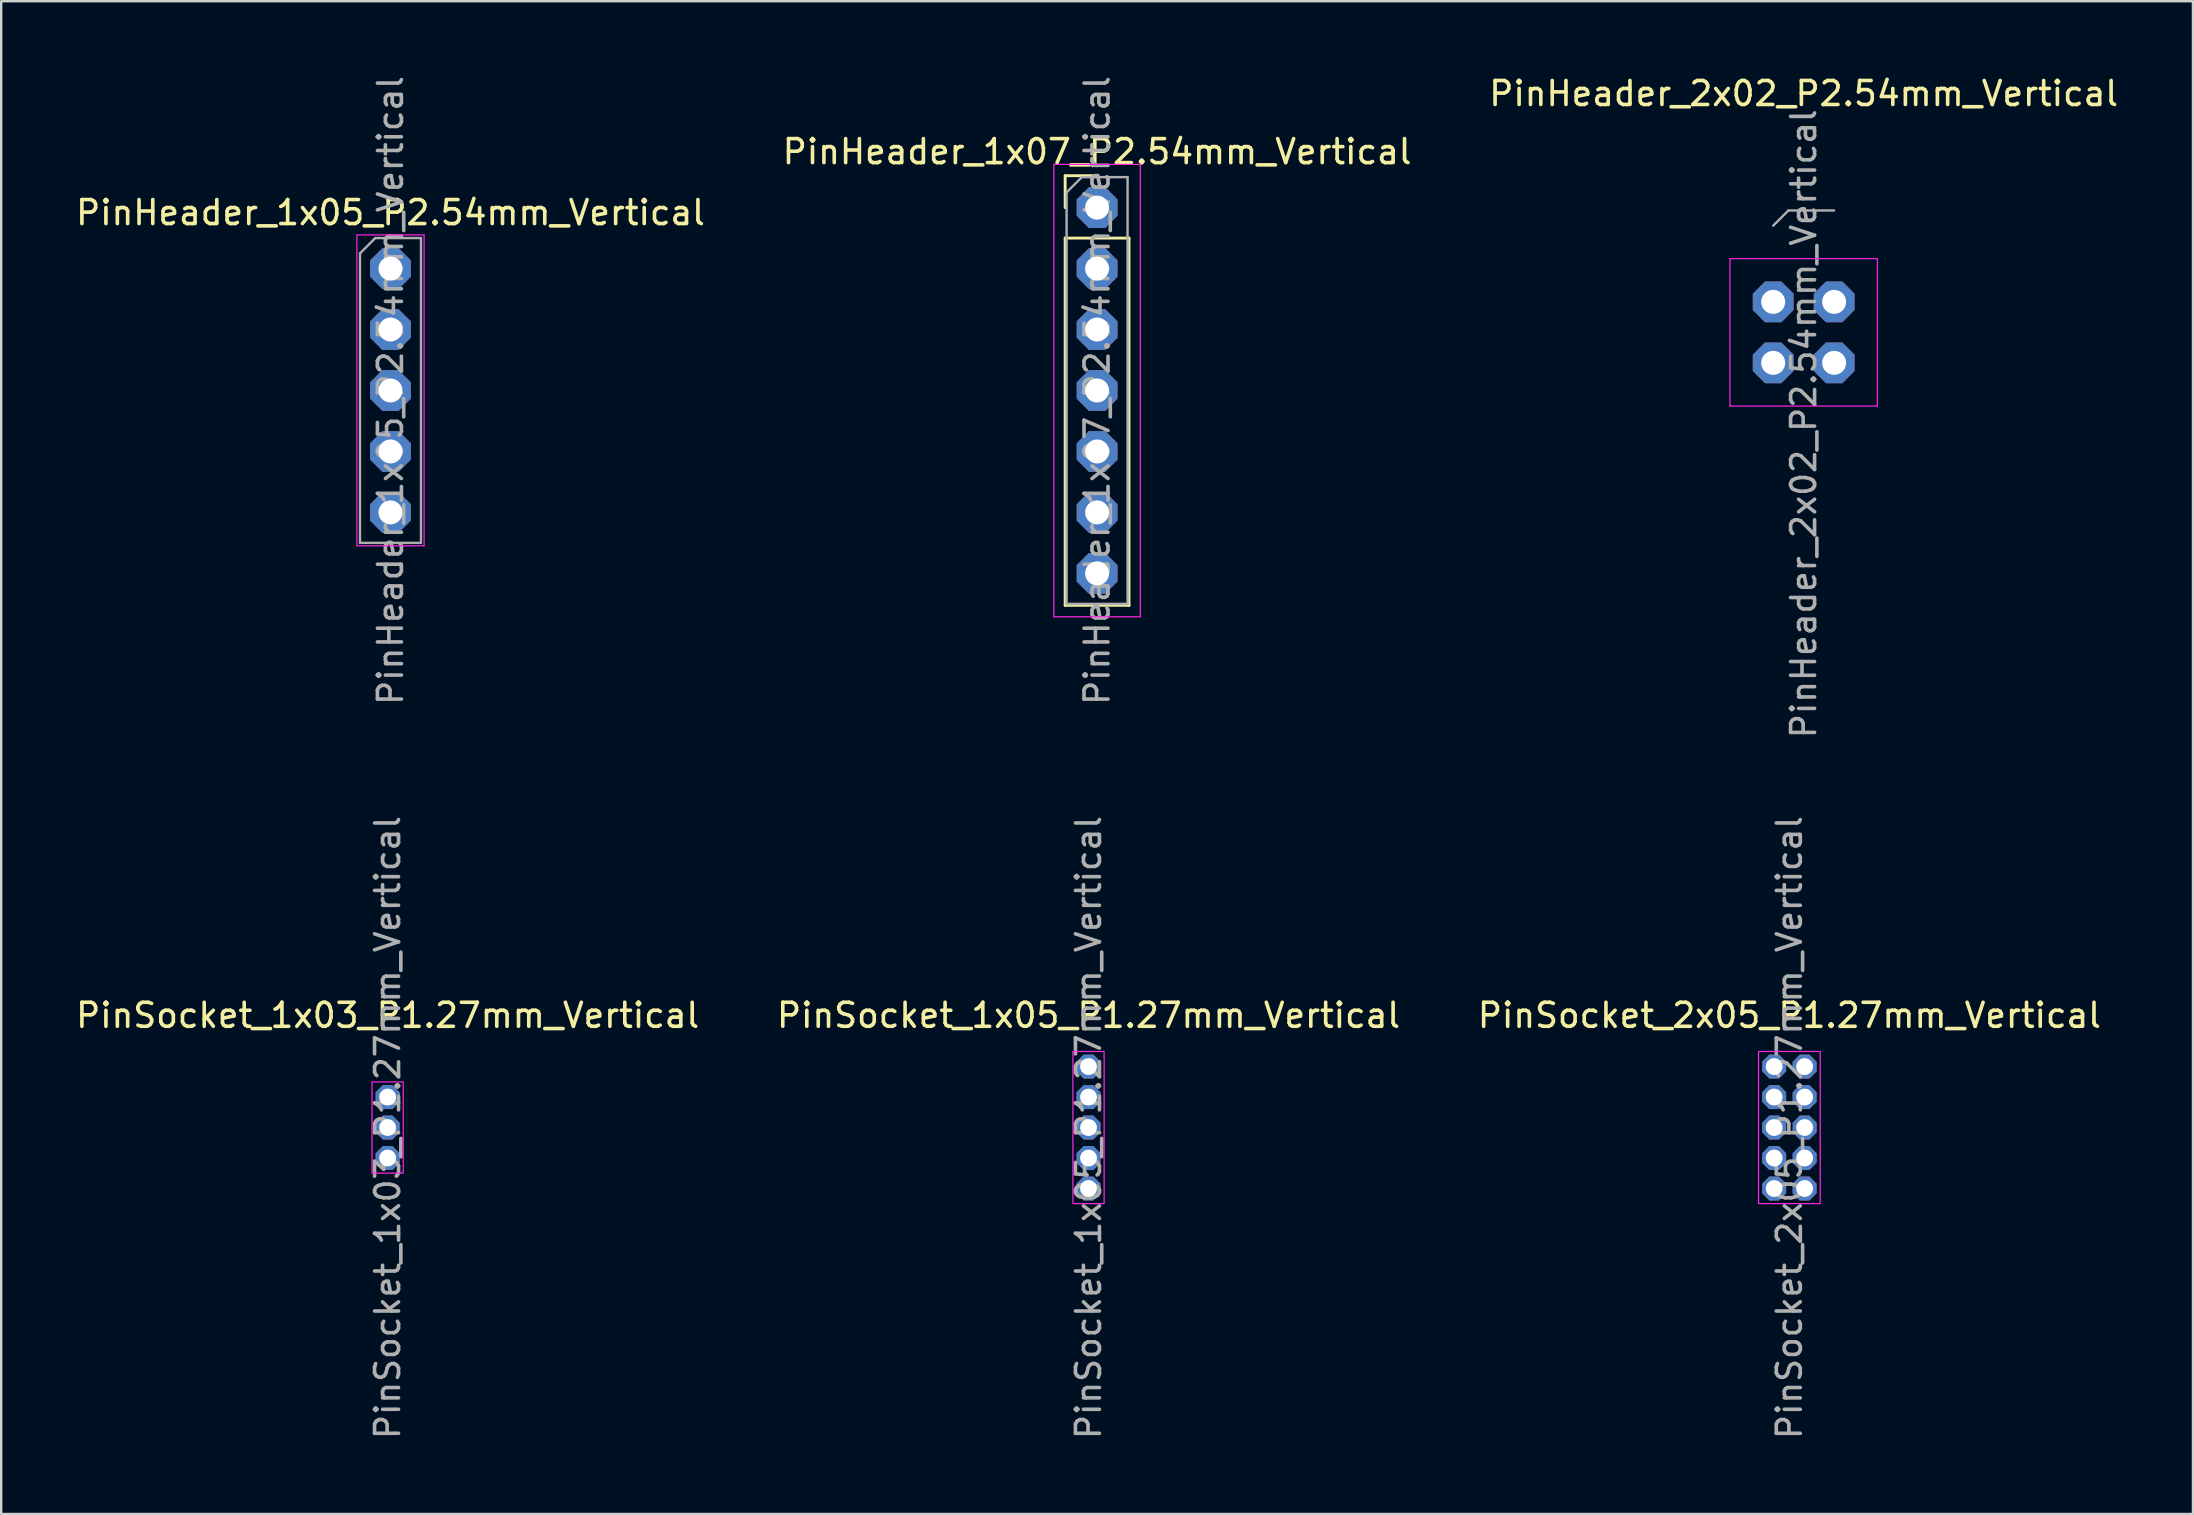
<source format=kicad_pcb>
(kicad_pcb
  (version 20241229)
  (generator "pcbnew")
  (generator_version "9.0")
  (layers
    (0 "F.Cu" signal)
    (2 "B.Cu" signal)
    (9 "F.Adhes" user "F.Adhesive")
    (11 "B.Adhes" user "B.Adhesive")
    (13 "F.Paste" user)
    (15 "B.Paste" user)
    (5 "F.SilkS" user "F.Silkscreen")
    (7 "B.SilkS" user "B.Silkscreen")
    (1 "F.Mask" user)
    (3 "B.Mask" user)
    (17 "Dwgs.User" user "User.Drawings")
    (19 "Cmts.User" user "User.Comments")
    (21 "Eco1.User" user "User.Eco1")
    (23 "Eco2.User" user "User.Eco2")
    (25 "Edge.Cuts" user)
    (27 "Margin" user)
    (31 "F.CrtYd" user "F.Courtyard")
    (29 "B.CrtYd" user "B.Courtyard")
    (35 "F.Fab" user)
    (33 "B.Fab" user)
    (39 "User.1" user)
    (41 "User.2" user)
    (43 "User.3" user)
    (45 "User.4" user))
  (footprint "PinSocket_2x05_P1.27mm_Vertical"
    (layer "F.Cu")
    (at 71.506 43.93)
    (property "Reference" "PinSocket_2x05_P1.27mm_Vertical" (at 0 -4.675 0) (layer "F.SilkS") (effects (font (size 1 1) (thickness 0.15))))
    (attr through_hole)
    (fp_rect (start -1.285 -3.17) (end 1.285 3.17) (stroke (width 0.05) (type default)) (fill no) (layer "F.CrtYd"))
    (fp_text user "${REFERENCE}" (at 0 0 90) (layer "F.Fab") (effects (font (size 1 1) (thickness 0.15))))
    (pad "1" thru_hole roundrect (at -0.635 -2.54) (size 1 1) (drill 0.7) (layers "*.Cu" "*.Mask") (roundrect_rratio 0) (chamfer_ratio 0.3) (chamfer top_left top_right bottom_left bottom_right))
    (pad "2" thru_hole roundrect (at -0.635 -1.27) (size 1 1) (drill 0.7) (layers "*.Cu" "*.Mask") (roundrect_rratio 0) (chamfer_ratio 0.3) (chamfer top_left top_right bottom_left bottom_right))
    (pad "3" thru_hole roundrect (at -0.635 0) (size 1 1) (drill 0.7) (layers "*.Cu" "*.Mask") (roundrect_rratio 0) (chamfer_ratio 0.3) (chamfer top_left top_right bottom_left bottom_right))
    (pad "4" thru_hole roundrect (at -0.635 1.27) (size 1 1) (drill 0.7) (layers "*.Cu" "*.Mask") (roundrect_rratio 0) (chamfer_ratio 0.3) (chamfer top_left top_right bottom_left bottom_right))
    (pad "5" thru_hole roundrect (at -0.635 2.54) (size 1 1) (drill 0.7) (layers "*.Cu" "*.Mask") (roundrect_rratio 0) (chamfer_ratio 0.3) (chamfer top_left top_right bottom_left bottom_right))
    (pad "6" thru_hole roundrect (at 0.635 -2.54) (size 1 1) (drill 0.7) (layers "*.Cu" "*.Mask") (roundrect_rratio 0) (chamfer_ratio 0.3) (chamfer top_left top_right bottom_left bottom_right))
    (pad "7" thru_hole roundrect (at 0.635 -1.27) (size 1 1) (drill 0.7) (layers "*.Cu" "*.Mask") (roundrect_rratio 0) (chamfer_ratio 0.3) (chamfer top_left top_right bottom_left bottom_right))
    (pad "8" thru_hole roundrect (at 0.635 0) (size 1 1) (drill 0.7) (layers "*.Cu" "*.Mask") (roundrect_rratio 0) (chamfer_ratio 0.3) (chamfer top_left top_right bottom_left bottom_right))
    (pad "9" thru_hole roundrect (at 0.635 1.27) (size 1 1) (drill 0.7) (layers "*.Cu" "*.Mask") (roundrect_rratio 0) (chamfer_ratio 0.3) (chamfer top_left top_right bottom_left bottom_right))
    (pad "10" thru_hole roundrect (at 0.635 2.54) (size 1 1) (drill 0.7) (layers "*.Cu" "*.Mask") (roundrect_rratio 0) (chamfer_ratio 0.3) (chamfer top_left top_right bottom_left bottom_right)))
  (footprint "PinSocket_1x03_P1.27mm_Vertical"
    (layer "F.Cu")
    (at 13.101 43.93)
    (property "Reference" "PinSocket_1x03_P1.27mm_Vertical" (at 0 -4.675 0) (layer "F.SilkS") (effects (font (size 1 1) (thickness 0.15))))
    (attr through_hole)
    (fp_rect (start -0.65 -1.9) (end 0.65 1.9) (stroke (width 0.05) (type default)) (fill no) (layer "F.CrtYd"))
    (fp_text user "${REFERENCE}" (at 0 0 90) (layer "F.Fab") (effects (font (size 1 1) (thickness 0.15))))
    (pad "1" thru_hole roundrect (at 0 -1.27) (size 1 1) (drill 0.7) (layers "*.Cu" "*.Mask") (roundrect_rratio 0) (chamfer_ratio 0.3) (chamfer top_left top_right bottom_left bottom_right))
    (pad "2" thru_hole roundrect (at 0 0) (size 1 1) (drill 0.7) (layers "*.Cu" "*.Mask") (roundrect_rratio 0) (chamfer_ratio 0.3) (chamfer top_left top_right bottom_left bottom_right))
    (pad "3" thru_hole roundrect (at 0 1.27) (size 1 1) (drill 0.7) (layers "*.Cu" "*.Mask") (roundrect_rratio 0) (chamfer_ratio 0.3) (chamfer top_left top_right bottom_left bottom_right)))
  (footprint "PinSocket_1x05_P1.27mm_Vertical"
    (layer "F.Cu")
    (at 42.304 43.93)
    (property "Reference" "PinSocket_1x05_P1.27mm_Vertical" (at 0 -4.675 0) (layer "F.SilkS") (effects (font (size 1 1) (thickness 0.15))))
    (attr through_hole)
    (fp_rect (start -0.65 -3.17) (end 0.65 3.17) (stroke (width 0.05) (type default)) (fill no) (layer "F.CrtYd"))
    (fp_text user "${REFERENCE}" (at 0 0 90) (layer "F.Fab") (effects (font (size 1 1) (thickness 0.15))))
    (pad "1" thru_hole roundrect (at 0 -2.54) (size 1 1) (drill 0.7) (layers "*.Cu" "*.Mask") (roundrect_rratio 0) (chamfer_ratio 0.3) (chamfer top_left top_right bottom_left bottom_right))
    (pad "2" thru_hole roundrect (at 0 -1.27) (size 1 1) (drill 0.7) (layers "*.Cu" "*.Mask") (roundrect_rratio 0) (chamfer_ratio 0.3) (chamfer top_left top_right bottom_left bottom_right))
    (pad "3" thru_hole roundrect (at 0 0) (size 1 1) (drill 0.7) (layers "*.Cu" "*.Mask") (roundrect_rratio 0) (chamfer_ratio 0.3) (chamfer top_left top_right bottom_left bottom_right))
    (pad "4" thru_hole roundrect (at 0 1.27) (size 1 1) (drill 0.7) (layers "*.Cu" "*.Mask") (roundrect_rratio 0) (chamfer_ratio 0.3) (chamfer top_left top_right bottom_left bottom_right))
    (pad "5" thru_hole roundrect (at 0 2.54) (size 1 1) (drill 0.7) (layers "*.Cu" "*.Mask") (roundrect_rratio 0) (chamfer_ratio 0.3) (chamfer top_left top_right bottom_left bottom_right)))
  (footprint "PinHeader_2x02_P2.54mm_Vertical"
    (layer "F.Cu")
    (at 72.101 10.798)
    (property "Reference" "PinHeader_2x02_P2.54mm_Vertical" (at 0 -9.95 0) (layer "F.SilkS") (effects (font (size 1 1) (thickness 0.15))))
    (attr through_hole)
    (fp_line (start -3.07 -3.07) (end -3.07 3.07) (stroke (width 0.05) (type solid)) (layer "F.CrtYd"))
    (fp_line (start 3.07 -3.07) (end -3.07 -3.07) (stroke (width 0.05) (type solid)) (layer "F.CrtYd"))
    (fp_line (start 3.07 3.07) (end -3.07 3.07) (stroke (width 0.05) (type solid)) (layer "F.CrtYd"))
    (fp_line (start 3.07 3.07) (end 3.07 -3.07) (stroke (width 0.05) (type solid)) (layer "F.CrtYd"))
    (fp_line (start -1.27 -4.445) (end -0.635 -5.08) (stroke (width 0.1) (type solid)) (layer "F.Fab"))
    (fp_line (start -0.635 -5.08) (end 1.27 -5.08) (stroke (width 0.1) (type solid)) (layer "F.Fab"))
    (fp_text user "${REFERENCE}" (at 0 3.81 90) (layer "F.Fab") (effects (font (size 1 1) (thickness 0.15))))
    (pad "1" thru_hole roundrect (at -1.27 -1.27) (size 1.7 1.7) (drill 1) (layers "*.Cu" "*.Mask") (roundrect_rratio 0) (chamfer_ratio 0.3) (chamfer top_left top_right bottom_left bottom_right))
    (pad "2" thru_hole roundrect (at 1.27 -1.27) (size 1.7 1.7) (drill 1) (layers "*.Cu" "*.Mask") (roundrect_rratio 0) (chamfer_ratio 0.3) (chamfer top_left top_right bottom_left bottom_right))
    (pad "3" thru_hole roundrect (at -1.27 1.27) (size 1.7 1.7) (drill 1) (layers "*.Cu" "*.Mask") (roundrect_rratio 0) (chamfer_ratio 0.3) (chamfer top_left top_right bottom_left bottom_right))
    (pad "4" thru_hole roundrect (at 1.27 1.27) (size 1.7 1.7) (drill 1) (layers "*.Cu" "*.Mask") (roundrect_rratio 0) (chamfer_ratio 0.3) (chamfer top_left top_right bottom_left bottom_right)))
  (footprint "PinHeader_1x05_P2.54mm_Vertical"
    (layer "F.Cu")
    (at 13.22 13.22)
    (property "Reference" "PinHeader_1x05_P2.54mm_Vertical" (at 0 -7.41 0) (layer "F.SilkS") (effects (font (size 1 1) (thickness 0.15))))
    (attr through_hole)
    (fp_line (start -1.4 -6.48) (end -1.4 6.47) (stroke (width 0.05) (type solid)) (layer "F.CrtYd"))
    (fp_line (start -1.4 6.47) (end 1.4 6.47) (stroke (width 0.05) (type solid)) (layer "F.CrtYd"))
    (fp_line (start 1.4 -6.48) (end -1.4 -6.48) (stroke (width 0.05) (type solid)) (layer "F.CrtYd"))
    (fp_line (start 1.4 6.47) (end 1.4 -6.48) (stroke (width 0.05) (type solid)) (layer "F.CrtYd"))
    (fp_line (start -1.27 -5.715) (end -0.635 -6.35) (stroke (width 0.1) (type solid)) (layer "F.Fab"))
    (fp_line (start -1.27 6.35) (end -1.27 -5.715) (stroke (width 0.1) (type solid)) (layer "F.Fab"))
    (fp_line (start -0.635 -6.35) (end 1.27 -6.35) (stroke (width 0.1) (type solid)) (layer "F.Fab"))
    (fp_line (start 1.27 -6.35) (end 1.27 6.35) (stroke (width 0.1) (type solid)) (layer "F.Fab"))
    (fp_line (start 1.27 6.35) (end -1.27 6.35) (stroke (width 0.1) (type solid)) (layer "F.Fab"))
    (fp_text user "${REFERENCE}" (at 0 0 90) (layer "F.Fab") (effects (font (size 1 1) (thickness 0.15))))
    (pad "1" thru_hole roundrect (at 0 -5.08) (size 1.7 1.7) (drill 1) (layers "*.Cu" "*.Mask") (roundrect_rratio 0) (chamfer_ratio 0.3) (chamfer top_left top_right bottom_left bottom_right))
    (pad "2" thru_hole roundrect (at 0 -2.54) (size 1.7 1.7) (drill 1) (layers "*.Cu" "*.Mask") (roundrect_rratio 0) (chamfer_ratio 0.3) (chamfer top_left top_right bottom_left bottom_right))
    (pad "3" thru_hole roundrect (at 0 0) (size 1.7 1.7) (drill 1) (layers "*.Cu" "*.Mask") (roundrect_rratio 0) (chamfer_ratio 0.3) (chamfer top_left top_right bottom_left bottom_right))
    (pad "4" thru_hole roundrect (at 0 2.54) (size 1.7 1.7) (drill 1) (layers "*.Cu" "*.Mask") (roundrect_rratio 0) (chamfer_ratio 0.3) (chamfer top_left top_right bottom_left bottom_right))
    (pad "5" thru_hole roundrect (at 0 5.08) (size 1.7 1.7) (drill 1) (layers "*.Cu" "*.Mask") (roundrect_rratio 0) (chamfer_ratio 0.3) (chamfer top_left top_right bottom_left bottom_right)))
  (footprint "PinHeader_1x07_P2.54mm_Vertical"
    (layer "F.Cu")
    (at 42.661 13.22)
    (property "Reference" "PinHeader_1x07_P2.54mm_Vertical" (at 0 -9.95 0) (layer "F.SilkS") (effects (font (size 1 1) (thickness 0.15))))
    (attr through_hole)
    (fp_line (start -1.33 -8.95) (end 0 -8.95) (stroke (width 0.12) (type solid)) (layer "F.SilkS"))
    (fp_line (start -1.33 -7.62) (end -1.33 -8.95) (stroke (width 0.12) (type solid)) (layer "F.SilkS"))
    (fp_line (start -1.33 -6.35) (end -1.33 8.95) (stroke (width 0.12) (type solid)) (layer "F.SilkS"))
    (fp_line (start -1.33 -6.35) (end 1.33 -6.35) (stroke (width 0.12) (type solid)) (layer "F.SilkS"))
    (fp_line (start -1.33 8.95) (end 1.33 8.95) (stroke (width 0.12) (type solid)) (layer "F.SilkS"))
    (fp_line (start 1.33 -6.35) (end 1.33 8.95) (stroke (width 0.12) (type solid)) (layer "F.SilkS"))
    (fp_line (start -1.8 -9.42) (end -1.8 9.43) (stroke (width 0.05) (type solid)) (layer "F.CrtYd"))
    (fp_line (start -1.8 9.43) (end 1.8 9.43) (stroke (width 0.05) (type solid)) (layer "F.CrtYd"))
    (fp_line (start 1.8 -9.42) (end -1.8 -9.42) (stroke (width 0.05) (type solid)) (layer "F.CrtYd"))
    (fp_line (start 1.8 9.43) (end 1.8 -9.42) (stroke (width 0.05) (type solid)) (layer "F.CrtYd"))
    (fp_line (start -1.27 -8.255) (end -0.635 -8.89) (stroke (width 0.1) (type solid)) (layer "F.Fab"))
    (fp_line (start -1.27 8.89) (end -1.27 -8.255) (stroke (width 0.1) (type solid)) (layer "F.Fab"))
    (fp_line (start -0.635 -8.89) (end 1.27 -8.89) (stroke (width 0.1) (type solid)) (layer "F.Fab"))
    (fp_line (start 1.27 -8.89) (end 1.27 8.89) (stroke (width 0.1) (type solid)) (layer "F.Fab"))
    (fp_line (start 1.27 8.89) (end -1.27 8.89) (stroke (width 0.1) (type solid)) (layer "F.Fab"))
    (fp_text user "${REFERENCE}" (at 0 0 90) (layer "F.Fab") (effects (font (size 1 1) (thickness 0.15))))
    (pad "1" thru_hole roundrect (at 0 -7.62) (size 1.7 1.7) (drill 1) (layers "*.Cu" "*.Mask") (roundrect_rratio 0) (chamfer_ratio 0.3) (chamfer top_left top_right bottom_left bottom_right))
    (pad "2" thru_hole roundrect (at 0 -5.08) (size 1.7 1.7) (drill 1) (layers "*.Cu" "*.Mask") (roundrect_rratio 0) (chamfer_ratio 0.3) (chamfer top_left top_right bottom_left bottom_right))
    (pad "3" thru_hole roundrect (at 0 -2.54) (size 1.7 1.7) (drill 1) (layers "*.Cu" "*.Mask") (roundrect_rratio 0) (chamfer_ratio 0.3) (chamfer top_left top_right bottom_left bottom_right))
    (pad "4" thru_hole roundrect (at 0 0) (size 1.7 1.7) (drill 1) (layers "*.Cu" "*.Mask") (roundrect_rratio 0) (chamfer_ratio 0.3) (chamfer top_left top_right bottom_left bottom_right))
    (pad "5" thru_hole roundrect (at 0 2.54) (size 1.7 1.7) (drill 1) (layers "*.Cu" "*.Mask") (roundrect_rratio 0) (chamfer_ratio 0.3) (chamfer top_left top_right bottom_left bottom_right))
    (pad "6" thru_hole roundrect (at 0 5.08) (size 1.7 1.7) (drill 1) (layers "*.Cu" "*.Mask") (roundrect_rratio 0) (chamfer_ratio 0.3) (chamfer top_left top_right bottom_left bottom_right))
    (pad "7" thru_hole roundrect (at 0 7.62) (size 1.7 1.7) (drill 1) (layers "*.Cu" "*.Mask") (roundrect_rratio 0) (chamfer_ratio 0.3) (chamfer top_left top_right bottom_left bottom_right)))
  (gr_rect
    (start -3 -3)
    (end 88.321 60.031)
    (stroke (width 0.1) (type default))
    (fill no)
    (layer "Edge.Cuts")))
</source>
